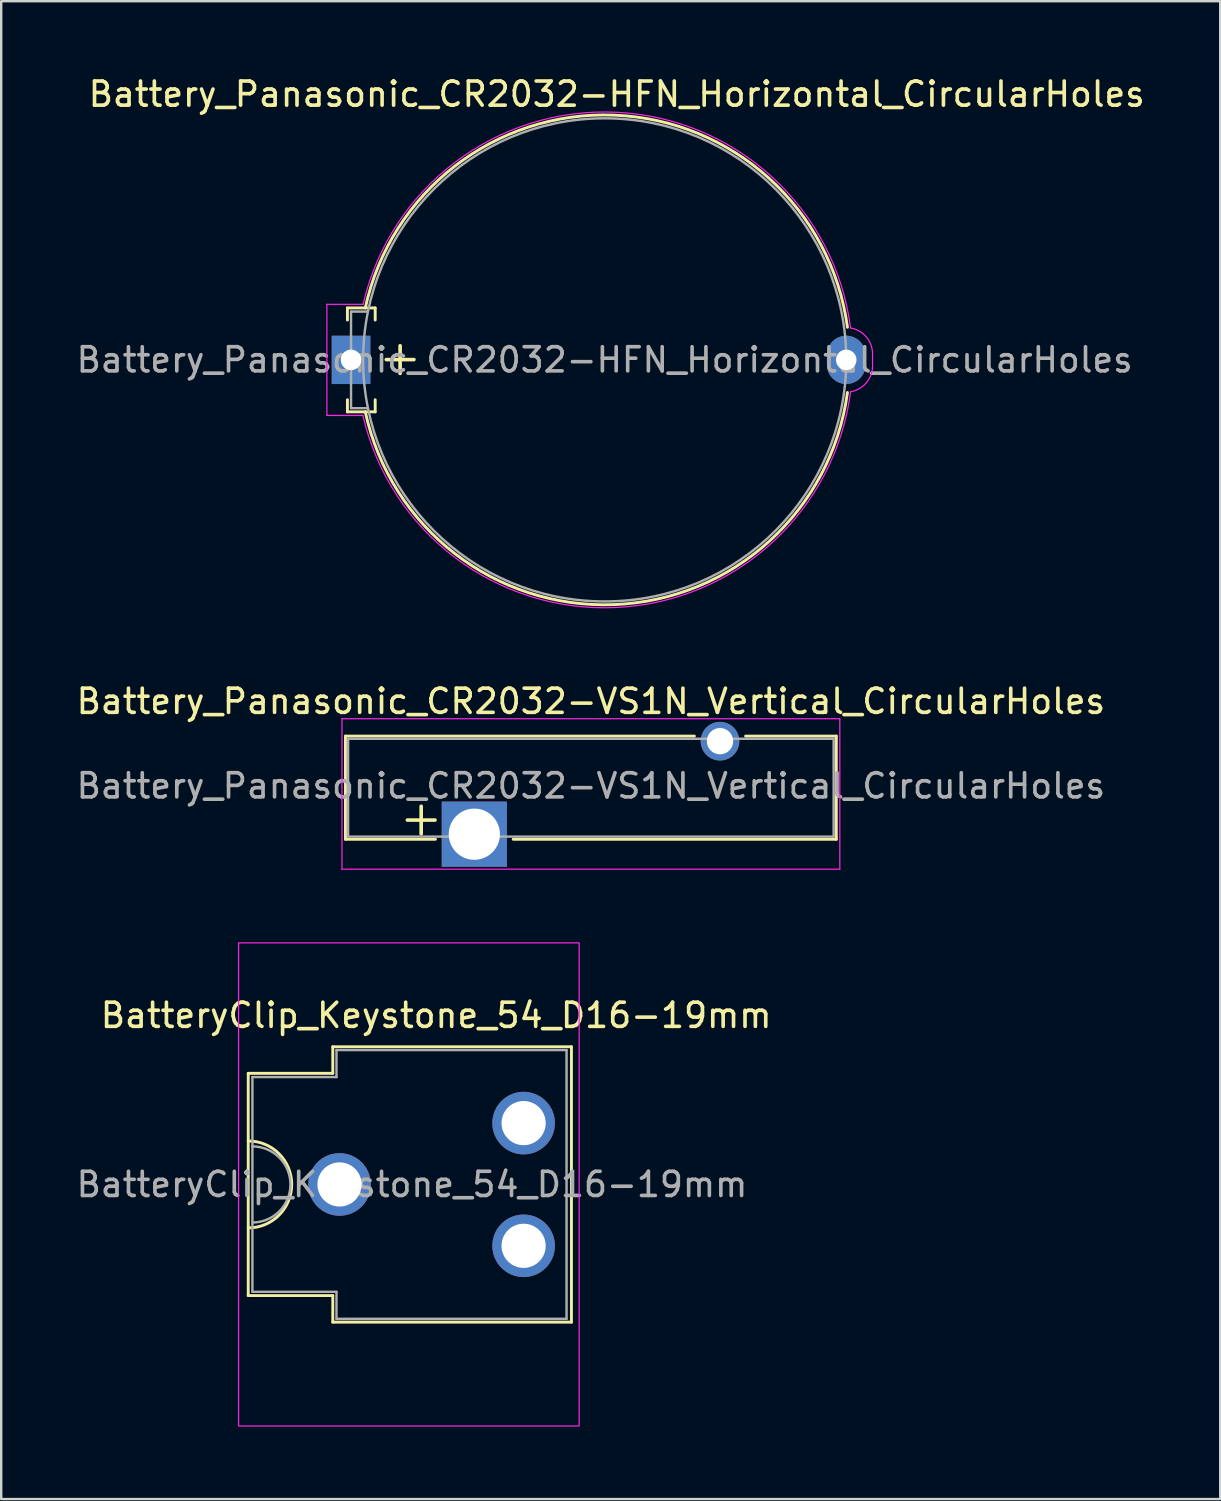
<source format=kicad_pcb>
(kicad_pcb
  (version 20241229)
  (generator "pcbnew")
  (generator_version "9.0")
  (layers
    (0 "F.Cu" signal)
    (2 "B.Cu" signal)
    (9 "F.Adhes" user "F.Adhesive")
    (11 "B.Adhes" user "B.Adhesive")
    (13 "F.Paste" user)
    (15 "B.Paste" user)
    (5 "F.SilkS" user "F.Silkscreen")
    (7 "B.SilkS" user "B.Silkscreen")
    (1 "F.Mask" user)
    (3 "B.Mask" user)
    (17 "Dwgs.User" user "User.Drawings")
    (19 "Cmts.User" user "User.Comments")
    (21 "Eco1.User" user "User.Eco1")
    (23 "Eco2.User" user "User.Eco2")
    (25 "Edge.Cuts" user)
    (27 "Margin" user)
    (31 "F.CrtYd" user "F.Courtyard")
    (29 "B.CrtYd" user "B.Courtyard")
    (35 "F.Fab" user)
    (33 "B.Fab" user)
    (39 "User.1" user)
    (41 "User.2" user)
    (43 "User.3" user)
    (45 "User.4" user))
  (footprint "Battery_Panasonic_CR2032-VS1N_Vertical_CircularHoles"
    (layer "F.Cu")
    (at 16.586 31.483)
    (property "Reference" "Battery_Panasonic_CR2032-VS1N_Vertical_CircularHoles" (at 4.825 -5.5 0) (layer "F.SilkS") (effects (font (size 1 1) (thickness 0.15))))
    (attr through_hole)
    (fp_line (start -5.335 -4.06) (end -5.335 0.21) (stroke (width 0.12) (type solid)) (layer "F.SilkS"))
    (fp_line (start -5.335 -4.06) (end 9.11 -4.06) (stroke (width 0.12) (type solid)) (layer "F.SilkS"))
    (fp_line (start -5.335 0.21) (end -1.61 0.21) (stroke (width 0.12) (type solid)) (layer "F.SilkS"))
    (fp_line (start 1.61 0.21) (end 14.985 0.21) (stroke (width 0.12) (type solid)) (layer "F.SilkS"))
    (fp_line (start 11.23 -4.06) (end 14.985 -4.06) (stroke (width 0.12) (type solid)) (layer "F.SilkS"))
    (fp_line (start 14.985 -4.06) (end 14.985 0.21) (stroke (width 0.12) (type solid)) (layer "F.SilkS"))
    (fp_line (start -5.48 -4.78) (end -5.48 1.45) (stroke (width 0.05) (type solid)) (layer "F.CrtYd"))
    (fp_line (start -5.48 -4.78) (end 15.13 -4.78) (stroke (width 0.05) (type solid)) (layer "F.CrtYd"))
    (fp_line (start -5.48 1.45) (end 15.13 1.45) (stroke (width 0.05) (type solid)) (layer "F.CrtYd"))
    (fp_line (start 15.13 -4.78) (end 15.13 1.45) (stroke (width 0.05) (type solid)) (layer "F.CrtYd"))
    (fp_line (start -5.225 -3.95) (end -5.225 0.1) (stroke (width 0.1) (type solid)) (layer "F.Fab"))
    (fp_line (start -5.225 -3.95) (end 14.875 -3.95) (stroke (width 0.1) (type solid)) (layer "F.Fab"))
    (fp_line (start -5.225 0.1) (end 14.875 0.1) (stroke (width 0.1) (type solid)) (layer "F.Fab"))
    (fp_line (start 14.875 -3.95) (end 14.875 0.1) (stroke (width 0.1) (type solid)) (layer "F.Fab"))
    (fp_text user "+" (at -2.2 -0.7 0) (layer "F.SilkS") (effects (font (size 1.5 1.5) (thickness 0.15))))
    (fp_text user "${REFERENCE}" (at 4.825 -2 180) (layer "F.Fab") (effects (font (size 1 1) (thickness 0.15))))
    (pad "1" thru_hole rect (at 0 0 90) (size 2.7 2.7) (drill 2.12) (layers "*.Cu" "*.Mask"))
    (pad "2" thru_hole circle (at 10.17 -3.85) (size 1.6 1.6) (drill 1.09) (layers "*.Cu" "*.Mask")))
  (footprint "Battery_Panasonic_CR2032-HFN_Horizontal_CircularHoles"
    (layer "F.Cu")
    (at 11.482 11.848)
    (property "Reference" "Battery_Panasonic_CR2032-HFN_Horizontal_CircularHoles" (at 11 -11 0) (layer "F.SilkS") (effects (font (size 1 1) (thickness 0.15))))
    (attr through_hole)
    (fp_line (start -0.15 -2.15) (end -0.15 -1.65) (stroke (width 0.12) (type default)) (layer "F.SilkS"))
    (fp_line (start -0.15 -2.15) (end 1 -2.15) (stroke (width 0.12) (type default)) (layer "F.SilkS"))
    (fp_line (start -0.15 2.15) (end -0.15 1.65) (stroke (width 0.12) (type default)) (layer "F.SilkS"))
    (fp_line (start -0.15 2.15) (end 1 2.15) (stroke (width 0.12) (type default)) (layer "F.SilkS"))
    (fp_line (start 1 -2.15) (end 1 -1.65) (stroke (width 0.12) (type default)) (layer "F.SilkS"))
    (fp_line (start 1 2.15) (end 1 1.65) (stroke (width 0.12) (type default)) (layer "F.SilkS"))
    (fp_arc (start 0.59 -2.15) (mid 10.91 -10.13) (end 20.55 -1.35) (stroke (width 0.12) (type default)) (layer "F.SilkS"))
    (fp_arc (start 20.55 1.35) (mid 10.91 10.13) (end 0.59 2.15) (stroke (width 0.12) (type default)) (layer "F.SilkS"))
    (fp_line (start -1 -2.3) (end 0.5 -2.3) (stroke (width 0.05) (type default)) (layer "F.CrtYd"))
    (fp_line (start -1 2.3) (end -1 -2.3) (stroke (width 0.05) (type default)) (layer "F.CrtYd"))
    (fp_line (start -1 2.3) (end 0.49 2.3) (stroke (width 0.05) (type default)) (layer "F.CrtYd"))
    (fp_line (start 21.59 -0.25) (end 21.59 0.25) (stroke (width 0.05) (type default)) (layer "F.CrtYd"))
    (fp_arc (start 0.5 -2.3) (mid 10.99 -10.25) (end 20.68 -1.32) (stroke (width 0.05) (type default)) (layer "F.CrtYd"))
    (fp_arc (start 20.68 -1.32) (mid 21.33 -0.95) (end 21.59 -0.25) (stroke (width 0.05) (type default)) (layer "F.CrtYd"))
    (fp_arc (start 20.68 1.32) (mid 10.99 10.25) (end 0.49 2.3) (stroke (width 0.05) (type default)) (layer "F.CrtYd"))
    (fp_arc (start 21.59 0.25) (mid 21.33 0.95) (end 20.68 1.32) (stroke (width 0.05) (type default)) (layer "F.CrtYd"))
    (fp_line (start 0 -2) (end 0.7 -2) (stroke (width 0.1) (type default)) (layer "F.Fab"))
    (fp_line (start 0 2) (end 0 -2) (stroke (width 0.1) (type default)) (layer "F.Fab"))
    (fp_line (start 0 2) (end 0.7 2) (stroke (width 0.1) (type default)) (layer "F.Fab"))
    (fp_circle (center 10.5 0) (end 20.5 0) (stroke (width 0.1) (type default)) (fill no) (layer "F.Fab"))
    (fp_text user "+" (at 2.032 -0.127 0) (layer "F.SilkS") (effects (font (size 1.5 1.5) (thickness 0.15))))
    (fp_text user "${REFERENCE}" (at 10.5 0 0) (layer "F.Fab") (effects (font (size 1 1) (thickness 0.15))))
    (pad "1" thru_hole rect (at 0 0) (size 1.6 2) (drill 0.85) (layers "*.Cu" "*.Mask"))
    (pad "2" thru_hole oval (at 20.5 0) (size 1.6 2) (drill 0.85) (layers "*.Cu" "*.Mask")))
  (footprint "BatteryClip_Keystone_54_D16-19mm"
    (layer "F.Cu")
    (at 11.006 45.983)
    (property "Reference" "BatteryClip_Keystone_54_D16-19mm" (at 4 -7 0) (layer "F.SilkS") (effects (font (size 1 1) (thickness 0.15))))
    (attr through_hole)
    (fp_line (start -3.78 -4.6) (end -3.78 4.6) (stroke (width 0.12) (type default)) (layer "F.SilkS"))
    (fp_line (start -3.78 4.6) (end -0.28 4.6) (stroke (width 0.12) (type default)) (layer "F.SilkS"))
    (fp_line (start -0.28 -5.7) (end -0.28 -4.6) (stroke (width 0.12) (type default)) (layer "F.SilkS"))
    (fp_line (start -0.28 -4.6) (end -3.78 -4.6) (stroke (width 0.12) (type default)) (layer "F.SilkS"))
    (fp_line (start -0.28 4.6) (end -0.28 5.7) (stroke (width 0.12) (type default)) (layer "F.SilkS"))
    (fp_line (start -0.28 5.7) (end 9.6 5.7) (stroke (width 0.12) (type default)) (layer "F.SilkS"))
    (fp_line (start 9.6 -5.7) (end -0.28 -5.7) (stroke (width 0.12) (type default)) (layer "F.SilkS"))
    (fp_line (start 9.6 5.7) (end 9.6 -5.7) (stroke (width 0.12) (type default)) (layer "F.SilkS"))
    (fp_arc (start -3.78 -1.8) (mid -1.98 0) (end -3.78 1.8) (stroke (width 0.12) (type default)) (layer "F.SilkS"))
    (fp_rect (start 9.92 10) (end -4.18 -10) (stroke (width 0.05) (type default)) (fill no) (layer "F.CrtYd"))
    (fp_line (start -3.607 -4.445) (end -0.127 -4.445) (stroke (width 0.1) (type default)) (layer "F.Fab"))
    (fp_line (start -3.607 4.445) (end -3.607 -4.445) (stroke (width 0.1) (type default)) (layer "F.Fab"))
    (fp_line (start -3.607 4.445) (end -0.127 4.445) (stroke (width 0.1) (type default)) (layer "F.Fab"))
    (fp_line (start -0.127 -5.563) (end -0.127 -4.445) (stroke (width 0.1) (type default)) (layer "F.Fab"))
    (fp_line (start -0.127 -5.563) (end 9.398 -5.563) (stroke (width 0.1) (type default)) (layer "F.Fab"))
    (fp_line (start -0.127 5.563) (end -0.127 4.445) (stroke (width 0.1) (type default)) (layer "F.Fab"))
    (fp_line (start -0.127 5.563) (end 9.398 5.563) (stroke (width 0.1) (type default)) (layer "F.Fab"))
    (fp_line (start 9.398 5.563) (end 9.398 -5.563) (stroke (width 0.1) (type default)) (layer "F.Fab"))
    (fp_arc (start -3.6068 -1.5748) (mid -2.032 0) (end -3.6068 1.5748) (stroke (width 0.1) (type default)) (layer "F.Fab"))
    (fp_text user "${REFERENCE}" (at 3 0 0) (layer "F.Fab") (effects (font (size 1 1) (thickness 0.15))))
    (pad "1" thru_hole circle (at 0 0 180) (size 2.591 2.591) (drill 1.829) (layers "*.Cu" "*.Mask"))
    (pad "1" thru_hole circle (at 7.62 -2.54 180) (size 2.591 2.591) (drill 1.829) (layers "*.Cu" "*.Mask"))
    (pad "1" thru_hole circle (at 7.62 2.54 180) (size 2.591 2.591) (drill 1.829) (layers "*.Cu" "*.Mask")))
  (gr_rect
    (start -3 -3)
    (end 47.464 59.008)
    (stroke (width 0.1) (type default))
    (fill no)
    (layer "Edge.Cuts")))
</source>
